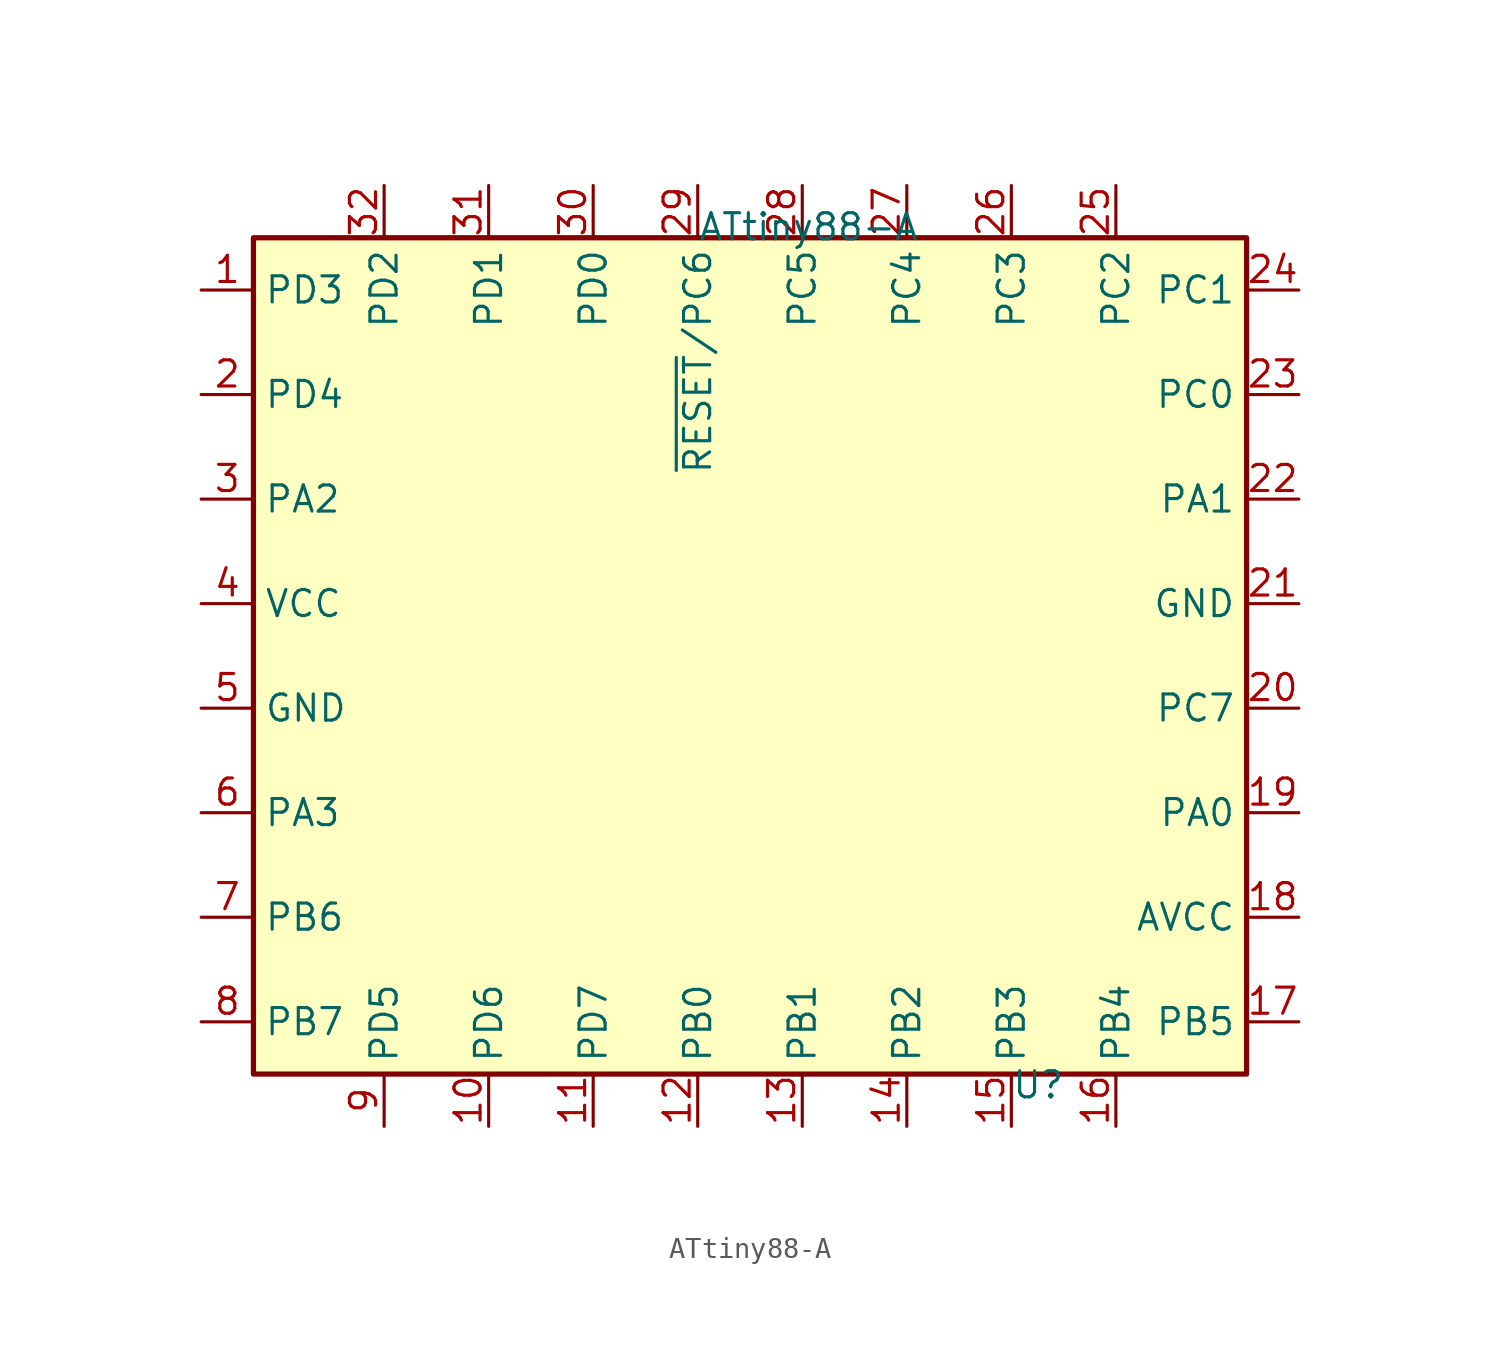
<source format=kicad_sym>
(kicad_symbol_lib
  (version 20231120)
  (generator "kicad_symbol_editor")
  (generator_version "8.0")
  (symbol "ATtiny88-A"
    (property "Reference" "U"
      (at 12.7 -21.59 0)
      (effects (font (size 1.27 1.27)) (justify left bottom)))
    (property "Value" "ATtiny88-A"
      (at -2.54 21.59 0)
      (effects (font (size 1.27 1.27)) (justify left top)))
    (symbol "ATtiny88-A_0_1"
      (rectangle (start -24.13 20.32) (end 24.13 -20.32) (stroke (width 0.254) (type default)) (fill (type background))))
    (symbol "ATtiny88-A_1_1"
      (pin bidirectional line (at -26.67 17.78 0) (length 2.54) (name "PD3" (effects (font (size 1.27 1.27)))) (number "1" (effects (font (size 1.27 1.27)))))
      (pin bidirectional line (at -12.7 -22.86 90) (length 2.54) (name "PD6" (effects (font (size 1.27 1.27)))) (number "10" (effects (font (size 1.27 1.27)))))
      (pin bidirectional line (at -7.62 -22.86 90) (length 2.54) (name "PD7" (effects (font (size 1.27 1.27)))) (number "11" (effects (font (size 1.27 1.27)))))
      (pin bidirectional line (at -2.54 -22.86 90) (length 2.54) (name "PB0" (effects (font (size 1.27 1.27)))) (number "12" (effects (font (size 1.27 1.27)))))
      (pin bidirectional line (at 2.54 -22.86 90) (length 2.54) (name "PB1" (effects (font (size 1.27 1.27)))) (number "13" (effects (font (size 1.27 1.27)))))
      (pin bidirectional line (at 7.62 -22.86 90) (length 2.54) (name "PB2" (effects (font (size 1.27 1.27)))) (number "14" (effects (font (size 1.27 1.27)))))
      (pin bidirectional line (at 12.7 -22.86 90) (length 2.54) (name "PB3" (effects (font (size 1.27 1.27)))) (number "15" (effects (font (size 1.27 1.27)))))
      (pin bidirectional line (at 17.78 -22.86 90) (length 2.54) (name "PB4" (effects (font (size 1.27 1.27)))) (number "16" (effects (font (size 1.27 1.27)))))
      (pin bidirectional line (at 26.67 -17.78 180) (length 2.54) (name "PB5" (effects (font (size 1.27 1.27)))) (number "17" (effects (font (size 1.27 1.27)))))
      (pin power_in line (at 26.67 -12.7 180) (length 2.54) (name "AVCC" (effects (font (size 1.27 1.27)))) (number "18" (effects (font (size 1.27 1.27)))))
      (pin bidirectional line (at 26.67 -7.62 180) (length 2.54) (name "PA0" (effects (font (size 1.27 1.27)))) (number "19" (effects (font (size 1.27 1.27)))))
      (pin bidirectional line (at -26.67 12.7 0) (length 2.54) (name "PD4" (effects (font (size 1.27 1.27)))) (number "2" (effects (font (size 1.27 1.27)))))
      (pin bidirectional line (at 26.67 -2.54 180) (length 2.54) (name "PC7" (effects (font (size 1.27 1.27)))) (number "20" (effects (font (size 1.27 1.27)))))
      (pin passive line (at 26.67 2.54 180) (length 2.54) (name "GND" (effects (font (size 1.27 1.27)))) (number "21" (effects (font (size 1.27 1.27)))))
      (pin bidirectional line (at 26.67 7.62 180) (length 2.54) (name "PA1" (effects (font (size 1.27 1.27)))) (number "22" (effects (font (size 1.27 1.27)))))
      (pin bidirectional line (at 26.67 12.7 180) (length 2.54) (name "PC0" (effects (font (size 1.27 1.27)))) (number "23" (effects (font (size 1.27 1.27)))))
      (pin bidirectional line (at 26.67 17.78 180) (length 2.54) (name "PC1" (effects (font (size 1.27 1.27)))) (number "24" (effects (font (size 1.27 1.27)))))
      (pin bidirectional line (at 17.78 22.86 270) (length 2.54) (name "PC2" (effects (font (size 1.27 1.27)))) (number "25" (effects (font (size 1.27 1.27)))))
      (pin bidirectional line (at 12.7 22.86 270) (length 2.54) (name "PC3" (effects (font (size 1.27 1.27)))) (number "26" (effects (font (size 1.27 1.27)))))
      (pin bidirectional line (at 7.62 22.86 270) (length 2.54) (name "PC4" (effects (font (size 1.27 1.27)))) (number "27" (effects (font (size 1.27 1.27)))))
      (pin bidirectional line (at 2.54 22.86 270) (length 2.54) (name "PC5" (effects (font (size 1.27 1.27)))) (number "28" (effects (font (size 1.27 1.27)))))
      (pin bidirectional line (at -2.54 22.86 270) (length 2.54) (name "~{RESET}/PC6" (effects (font (size 1.27 1.27)))) (number "29" (effects (font (size 1.27 1.27)))))
      (pin bidirectional line (at -26.67 7.62 0) (length 2.54) (name "PA2" (effects (font (size 1.27 1.27)))) (number "3" (effects (font (size 1.27 1.27)))))
      (pin bidirectional line (at -7.62 22.86 270) (length 2.54) (name "PD0" (effects (font (size 1.27 1.27)))) (number "30" (effects (font (size 1.27 1.27)))))
      (pin bidirectional line (at -12.7 22.86 270) (length 2.54) (name "PD1" (effects (font (size 1.27 1.27)))) (number "31" (effects (font (size 1.27 1.27)))))
      (pin bidirectional line (at -17.78 22.86 270) (length 2.54) (name "PD2" (effects (font (size 1.27 1.27)))) (number "32" (effects (font (size 1.27 1.27)))))
      (pin power_in line (at -26.67 2.54 0) (length 2.54) (name "VCC" (effects (font (size 1.27 1.27)))) (number "4" (effects (font (size 1.27 1.27)))))
      (pin power_in line (at -26.67 -2.54 0) (length 2.54) (name "GND" (effects (font (size 1.27 1.27)))) (number "5" (effects (font (size 1.27 1.27)))))
      (pin bidirectional line (at -26.67 -7.62 0) (length 2.54) (name "PA3" (effects (font (size 1.27 1.27)))) (number "6" (effects (font (size 1.27 1.27)))))
      (pin bidirectional line (at -26.67 -12.7 0) (length 2.54) (name "PB6" (effects (font (size 1.27 1.27)))) (number "7" (effects (font (size 1.27 1.27)))))
      (pin bidirectional line (at -26.67 -17.78 0) (length 2.54) (name "PB7" (effects (font (size 1.27 1.27)))) (number "8" (effects (font (size 1.27 1.27)))))
      (pin bidirectional line (at -17.78 -22.86 90) (length 2.54) (name "PD5" (effects (font (size 1.27 1.27)))) (number "9" (effects (font (size 1.27 1.27))))))))
</source>
